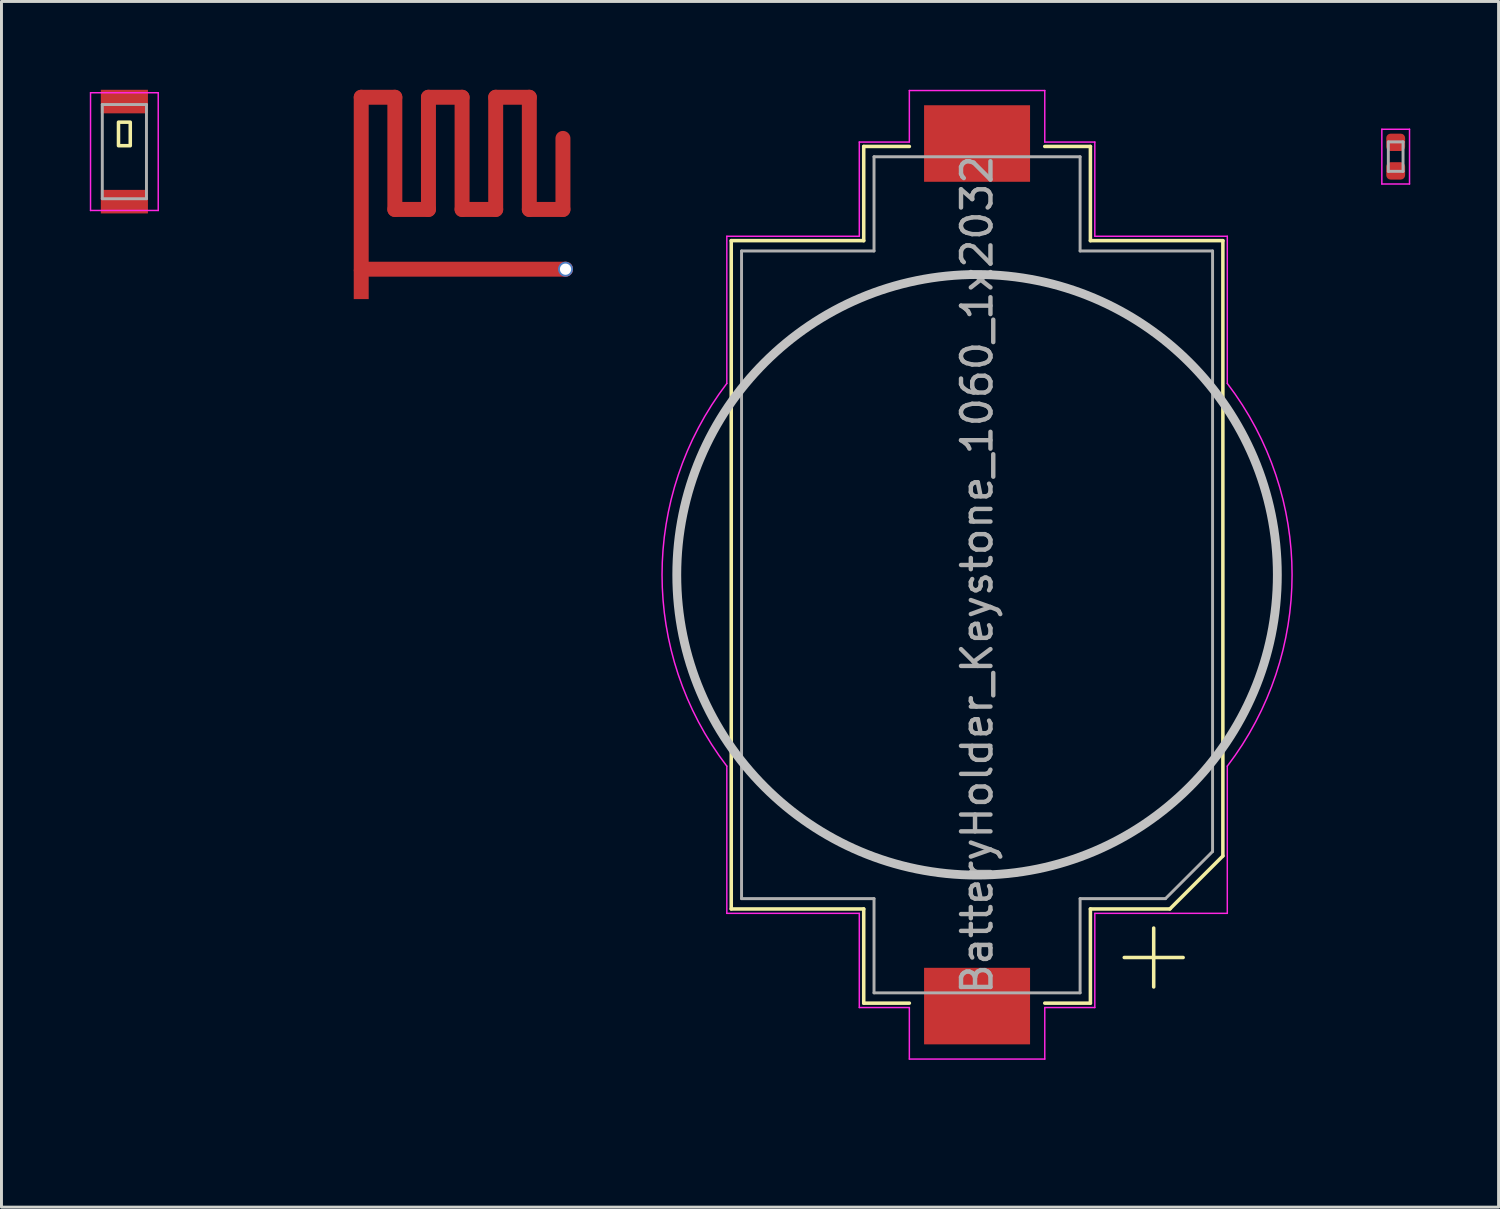
<source format=kicad_pcb>
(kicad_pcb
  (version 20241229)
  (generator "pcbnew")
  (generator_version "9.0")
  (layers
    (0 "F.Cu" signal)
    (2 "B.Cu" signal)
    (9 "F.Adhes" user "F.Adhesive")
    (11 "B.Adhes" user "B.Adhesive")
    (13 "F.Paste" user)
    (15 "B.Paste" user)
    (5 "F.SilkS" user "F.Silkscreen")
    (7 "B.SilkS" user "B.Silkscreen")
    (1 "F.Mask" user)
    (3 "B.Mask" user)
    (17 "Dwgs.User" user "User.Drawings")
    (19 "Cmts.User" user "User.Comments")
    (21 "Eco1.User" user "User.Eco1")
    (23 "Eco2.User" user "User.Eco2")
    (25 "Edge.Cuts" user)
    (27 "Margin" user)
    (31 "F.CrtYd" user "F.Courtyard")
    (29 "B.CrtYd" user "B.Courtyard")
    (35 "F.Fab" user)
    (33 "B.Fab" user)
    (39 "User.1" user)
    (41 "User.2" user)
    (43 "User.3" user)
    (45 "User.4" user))
  (footprint "BatteryHolder_Keystone_1060_1x2032"
    (layer "F.Cu")
    (at 30.139 16.475)
    (property "Reference" "BatteryHolder_Keystone_1060_1x2032" (at -5.3 14.125 270) (layer "Eco2.User") (effects (font (size 0.3 0.3) (thickness 0.075))))
    (attr smd)
    (fp_line (start -8.35 -11.35) (end -3.85 -11.35) (stroke (width 0.12) (type solid)) (layer "F.SilkS"))
    (fp_line (start -8.35 11.35) (end -8.35 -11.35) (stroke (width 0.12) (type solid)) (layer "F.SilkS"))
    (fp_line (start -8.35 11.35) (end -3.85 11.35) (stroke (width 0.12) (type solid)) (layer "F.SilkS"))
    (fp_line (start -3.85 -14.55) (end -2.3 -14.55) (stroke (width 0.12) (type solid)) (layer "F.SilkS"))
    (fp_line (start -3.85 -11.35) (end -3.85 -14.55) (stroke (width 0.12) (type solid)) (layer "F.SilkS"))
    (fp_line (start -3.85 11.35) (end -3.85 14.55) (stroke (width 0.12) (type solid)) (layer "F.SilkS"))
    (fp_line (start -3.85 14.55) (end -2.3 14.55) (stroke (width 0.12) (type solid)) (layer "F.SilkS"))
    (fp_line (start 3.85 -14.55) (end 2.3 -14.55) (stroke (width 0.12) (type solid)) (layer "F.SilkS"))
    (fp_line (start 3.85 -11.35) (end 3.85 -14.55) (stroke (width 0.12) (type solid)) (layer "F.SilkS"))
    (fp_line (start 3.85 11.35) (end 3.85 14.55) (stroke (width 0.12) (type solid)) (layer "F.SilkS"))
    (fp_line (start 3.85 14.55) (end 2.3 14.55) (stroke (width 0.12) (type solid)) (layer "F.SilkS"))
    (fp_line (start 5 13) (end 7 13) (stroke (width 0.12) (type solid)) (layer "F.SilkS"))
    (fp_line (start 6 12) (end 6 14) (stroke (width 0.12) (type solid)) (layer "F.SilkS"))
    (fp_line (start 6.55 11.35) (end 3.85 11.35) (stroke (width 0.12) (type solid)) (layer "F.SilkS"))
    (fp_line (start 8.35 -11.35) (end 3.85 -11.35) (stroke (width 0.12) (type solid)) (layer "F.SilkS"))
    (fp_line (start 8.35 -11.35) (end 8.35 9.55) (stroke (width 0.12) (type solid)) (layer "F.SilkS"))
    (fp_line (start 8.35 9.55) (end 6.55 11.35) (stroke (width 0.12) (type solid)) (layer "F.SilkS"))
    (fp_circle (center 0 0) (end 0 10.2) (stroke (width 0.3) (type solid)) (fill no) (layer "Dwgs.User"))
    (fp_line (start -8.5 -11.5) (end -8.5 -6.5) (stroke (width 0.05) (type solid)) (layer "F.CrtYd"))
    (fp_line (start -8.5 -11.5) (end -4 -11.5) (stroke (width 0.05) (type solid)) (layer "F.CrtYd"))
    (fp_line (start -8.5 11.5) (end -8.5 6.5) (stroke (width 0.05) (type solid)) (layer "F.CrtYd"))
    (fp_line (start -4 -14.7) (end -2.3 -14.7) (stroke (width 0.05) (type solid)) (layer "F.CrtYd"))
    (fp_line (start -4 -11.5) (end -4 -14.7) (stroke (width 0.05) (type solid)) (layer "F.CrtYd"))
    (fp_line (start -4 11.5) (end -8.5 11.5) (stroke (width 0.05) (type solid)) (layer "F.CrtYd"))
    (fp_line (start -4 14.7) (end -4 11.5) (stroke (width 0.05) (type solid)) (layer "F.CrtYd"))
    (fp_line (start -2.3 -16.45) (end 2.3 -16.45) (stroke (width 0.05) (type solid)) (layer "F.CrtYd"))
    (fp_line (start -2.3 -14.7) (end -2.3 -16.45) (stroke (width 0.05) (type solid)) (layer "F.CrtYd"))
    (fp_line (start -2.3 14.7) (end -4 14.7) (stroke (width 0.05) (type solid)) (layer "F.CrtYd"))
    (fp_line (start -2.3 14.7) (end -2.3 16.45) (stroke (width 0.05) (type solid)) (layer "F.CrtYd"))
    (fp_line (start 2.3 -16.45) (end 2.3 -14.7) (stroke (width 0.05) (type solid)) (layer "F.CrtYd"))
    (fp_line (start 2.3 -14.7) (end 4 -14.7) (stroke (width 0.05) (type solid)) (layer "F.CrtYd"))
    (fp_line (start 2.3 14.7) (end 2.3 16.45) (stroke (width 0.05) (type solid)) (layer "F.CrtYd"))
    (fp_line (start 2.3 16.45) (end -2.3 16.45) (stroke (width 0.05) (type solid)) (layer "F.CrtYd"))
    (fp_line (start 4 -14.7) (end 4 -11.5) (stroke (width 0.05) (type solid)) (layer "F.CrtYd"))
    (fp_line (start 4 -11.5) (end 8.5 -11.5) (stroke (width 0.05) (type solid)) (layer "F.CrtYd"))
    (fp_line (start 4 11.5) (end 8.5 11.5) (stroke (width 0.05) (type solid)) (layer "F.CrtYd"))
    (fp_line (start 4 14.7) (end 2.3 14.7) (stroke (width 0.05) (type solid)) (layer "F.CrtYd"))
    (fp_line (start 4 14.7) (end 4 11.5) (stroke (width 0.05) (type solid)) (layer "F.CrtYd"))
    (fp_line (start 8.5 -11.5) (end 8.5 -6.5) (stroke (width 0.05) (type solid)) (layer "F.CrtYd"))
    (fp_line (start 8.5 6.5) (end 8.5 11.5) (stroke (width 0.05) (type solid)) (layer "F.CrtYd"))
    (fp_arc (start -8.5 6.499999) (mid -10.700467 0) (end -8.5 -6.5) (stroke (width 0.05) (type solid)) (layer "F.CrtYd"))
    (fp_arc (start 8.5 -6.499999) (mid 10.700467 0) (end 8.5 6.5) (stroke (width 0.05) (type solid)) (layer "F.CrtYd"))
    (fp_line (start -8 -11) (end -8 11) (stroke (width 0.1) (type solid)) (layer "F.Fab"))
    (fp_line (start -8 -11) (end -3.5 -11) (stroke (width 0.1) (type solid)) (layer "F.Fab"))
    (fp_line (start -8 11) (end -3.5 11) (stroke (width 0.1) (type solid)) (layer "F.Fab"))
    (fp_line (start -3.5 -14.2) (end -3.5 -11) (stroke (width 0.1) (type solid)) (layer "F.Fab"))
    (fp_line (start -3.5 14.2) (end -3.5 11) (stroke (width 0.1) (type solid)) (layer "F.Fab"))
    (fp_line (start 3.5 -14.2) (end -3.5 -14.2) (stroke (width 0.1) (type solid)) (layer "F.Fab"))
    (fp_line (start 3.5 -11) (end 3.5 -14.2) (stroke (width 0.1) (type solid)) (layer "F.Fab"))
    (fp_line (start 3.5 11) (end 3.5 14.2) (stroke (width 0.1) (type solid)) (layer "F.Fab"))
    (fp_line (start 3.5 14.2) (end -3.5 14.2) (stroke (width 0.1) (type solid)) (layer "F.Fab"))
    (fp_line (start 6.4 11) (end 3.5 11) (stroke (width 0.1) (type solid)) (layer "F.Fab"))
    (fp_line (start 8 -11) (end 3.5 -11) (stroke (width 0.1) (type solid)) (layer "F.Fab"))
    (fp_line (start 8 -11) (end 8 9.4) (stroke (width 0.1) (type solid)) (layer "F.Fab"))
    (fp_line (start 8 9.4) (end 6.4 11) (stroke (width 0.1) (type solid)) (layer "F.Fab"))
    (fp_text user "${REFERENCE}" (at 0 0 270) (layer "F.Fab") (effects (font (size 1 1) (thickness 0.15))))
    (pad "1" smd rect (at 0 14.65 270) (size 2.6 3.6) (layers "F.Cu" "F.Mask" "F.Paste"))
    (pad "2" smd rect (at 0 -14.65 270) (size 2.6 3.6) (layers "F.Cu" "F.Mask" "F.Paste")))
  (footprint "C_0402_1005Metric"
    (layer "F.Cu")
    (at 44.359 2.27)
    (property "Reference" "C_0402_1005Metric" (at 0.051 0.013 90) (layer "Eco2.User") (effects (font (size 0.3 0.3) (thickness 0.075))))
    (attr smd)
    (fp_line (start -0.47 -0.93) (end 0.47 -0.93) (stroke (width 0.05) (type solid)) (layer "F.CrtYd"))
    (fp_line (start -0.47 0.93) (end -0.47 -0.93) (stroke (width 0.05) (type solid)) (layer "F.CrtYd"))
    (fp_line (start 0.47 -0.93) (end 0.47 0.93) (stroke (width 0.05) (type solid)) (layer "F.CrtYd"))
    (fp_line (start 0.47 0.93) (end -0.47 0.93) (stroke (width 0.05) (type solid)) (layer "F.CrtYd"))
    (fp_line (start -0.25 -0.5) (end 0.25 -0.5) (stroke (width 0.1) (type solid)) (layer "F.Fab"))
    (fp_line (start -0.25 0.5) (end -0.25 -0.5) (stroke (width 0.1) (type solid)) (layer "F.Fab"))
    (fp_line (start 0.25 -0.5) (end 0.25 0.5) (stroke (width 0.1) (type solid)) (layer "F.Fab"))
    (fp_line (start 0.25 0.5) (end -0.25 0.5) (stroke (width 0.1) (type solid)) (layer "F.Fab"))
    (pad "1" smd roundrect (at 0 -0.485 270) (size 0.59 0.64) (layers "F.Cu" "F.Mask" "F.Paste") (roundrect_rratio 0.25))
    (pad "2" smd roundrect (at 0 0.485 270) (size 0.59 0.64) (layers "F.Cu" "F.Mask" "F.Paste") (roundrect_rratio 0.25)))
  (footprint "Antenna"
    (layer "F.Cu")
    (at 9.22 7.11)
    (property "Reference" "Antenna" (at 0.04 1.47 0) (layer "Eco2.User") (effects (font (size 1 1) (thickness 0.15))))
    (attr through_hole)
    (fp_line (start 0 -6.856) (end 1.142 -6.856) (stroke (width 0.508) (type solid)) (layer "F.Cu"))
    (fp_line (start 0 -1) (end 0 -6.856) (stroke (width 0.508) (type solid)) (layer "F.Cu"))
    (fp_line (start 0.254 -1.016) (end 6.94 -1.016) (stroke (width 0.508) (type solid)) (layer "F.Cu"))
    (fp_line (start 1.142 -6.856) (end 1.142 -3.046) (stroke (width 0.508) (type solid)) (layer "F.Cu"))
    (fp_line (start 1.142 -3.046) (end 2.284 -3.046) (stroke (width 0.508) (type solid)) (layer "F.Cu"))
    (fp_line (start 2.284 -6.856) (end 2.284 -3.046) (stroke (width 0.508) (type solid)) (layer "F.Cu"))
    (fp_line (start 2.284 -6.856) (end 3.426 -6.856) (stroke (width 0.508) (type solid)) (layer "F.Cu"))
    (fp_line (start 3.426 -6.856) (end 3.426 -3.046) (stroke (width 0.508) (type solid)) (layer "F.Cu"))
    (fp_line (start 3.426 -3.046) (end 4.568 -3.046) (stroke (width 0.508) (type solid)) (layer "F.Cu"))
    (fp_line (start 4.568 -6.856) (end 4.568 -3.046) (stroke (width 0.508) (type solid)) (layer "F.Cu"))
    (fp_line (start 4.568 -6.856) (end 5.71 -6.856) (stroke (width 0.508) (type solid)) (layer "F.Cu"))
    (fp_line (start 5.71 -6.856) (end 5.71 -3.046) (stroke (width 0.508) (type solid)) (layer "F.Cu"))
    (fp_line (start 5.71 -3.046) (end 6.852 -3.046) (stroke (width 0.508) (type solid)) (layer "F.Cu"))
    (fp_line (start 6.852 -5.459) (end 6.852 -3.046) (stroke (width 0.508) (type solid)) (layer "F.Cu"))
    (fp_line (start 0 -6.856) (end 1.142 -6.856) (stroke (width 0.508) (type solid)) (layer "F.Mask"))
    (fp_line (start 0 -0.5) (end 0 -6.856) (stroke (width 0.508) (type solid)) (layer "F.Mask"))
    (fp_line (start 0.254 -1.016) (end 6.94 -1.016) (stroke (width 0.508) (type solid)) (layer "F.Mask"))
    (fp_line (start 1.142 -6.856) (end 1.142 -3.046) (stroke (width 0.508) (type solid)) (layer "F.Mask"))
    (fp_line (start 1.142 -3.046) (end 2.284 -3.046) (stroke (width 0.508) (type solid)) (layer "F.Mask"))
    (fp_line (start 2.284 -6.856) (end 2.284 -3.046) (stroke (width 0.508) (type solid)) (layer "F.Mask"))
    (fp_line (start 2.284 -6.856) (end 3.426 -6.856) (stroke (width 0.508) (type solid)) (layer "F.Mask"))
    (fp_line (start 3.426 -6.856) (end 3.426 -3.046) (stroke (width 0.508) (type solid)) (layer "F.Mask"))
    (fp_line (start 3.426 -3.046) (end 4.568 -3.046) (stroke (width 0.508) (type solid)) (layer "F.Mask"))
    (fp_line (start 4.568 -6.856) (end 4.568 -3.046) (stroke (width 0.508) (type solid)) (layer "F.Mask"))
    (fp_line (start 4.568 -6.856) (end 5.71 -6.856) (stroke (width 0.508) (type solid)) (layer "F.Mask"))
    (fp_line (start 5.71 -6.856) (end 5.71 -3.046) (stroke (width 0.508) (type solid)) (layer "F.Mask"))
    (fp_line (start 5.71 -3.046) (end 6.852 -3.046) (stroke (width 0.508) (type solid)) (layer "F.Mask"))
    (fp_line (start 6.852 -5.46) (end 6.852 -3.046) (stroke (width 0.508) (type solid)) (layer "F.Mask"))
    (pad "1" smd rect (at 0 -0.5) (size 0.508 1) (layers "F.Cu"))
    (pad "2" thru_hole circle (at 6.94 -1.016) (size 0.508 0.508) (drill 0.382) (layers "*.Cu" "*.Mask")))
  (footprint "2450AT18A100"
    (layer "F.Cu")
    (at 1.175 2.1)
    (property "Reference" "2450AT18A100" (at 1.7 0.3 90) (layer "Eco2.User") (effects (font (size 0.3 0.3) (thickness 0.075))))
    (attr smd)
    (fp_rect (start -0.2 -1) (end 0.2 -0.2) (stroke (width 0.12) (type solid)) (fill no) (layer "F.SilkS"))
    (fp_line (start -1.15 -2) (end 1.15 -2) (stroke (width 0.05) (type solid)) (layer "F.CrtYd"))
    (fp_line (start -1.15 2) (end -1.15 -2) (stroke (width 0.05) (type solid)) (layer "F.CrtYd"))
    (fp_line (start -1.15 2) (end 1.15 2) (stroke (width 0.05) (type solid)) (layer "F.CrtYd"))
    (fp_line (start 1.15 2) (end 1.15 -2) (stroke (width 0.05) (type solid)) (layer "F.CrtYd"))
    (fp_line (start -0.75 -1.6) (end 0.75 -1.6) (stroke (width 0.1) (type solid)) (layer "F.Fab"))
    (fp_line (start -0.75 1.6) (end -0.75 -1.6) (stroke (width 0.1) (type solid)) (layer "F.Fab"))
    (fp_line (start -0.75 1.6) (end 0.75 1.6) (stroke (width 0.1) (type solid)) (layer "F.Fab"))
    (fp_line (start 0.75 1.6) (end 0.75 -1.6) (stroke (width 0.1) (type solid)) (layer "F.Fab"))
    (pad "1" smd rect (at 0 -1.7 90) (size 0.8 1.6) (layers "F.Cu" "F.Mask" "F.Paste"))
    (pad "2" smd rect (at 0 1.7 90) (size 0.8 1.6) (layers "F.Cu" "F.Mask" "F.Paste")))
  (gr_rect
    (start -3 -3)
    (end 47.854 37.954)
    (stroke (width 0.1) (type default))
    (fill no)
    (layer "Edge.Cuts")))
</source>
